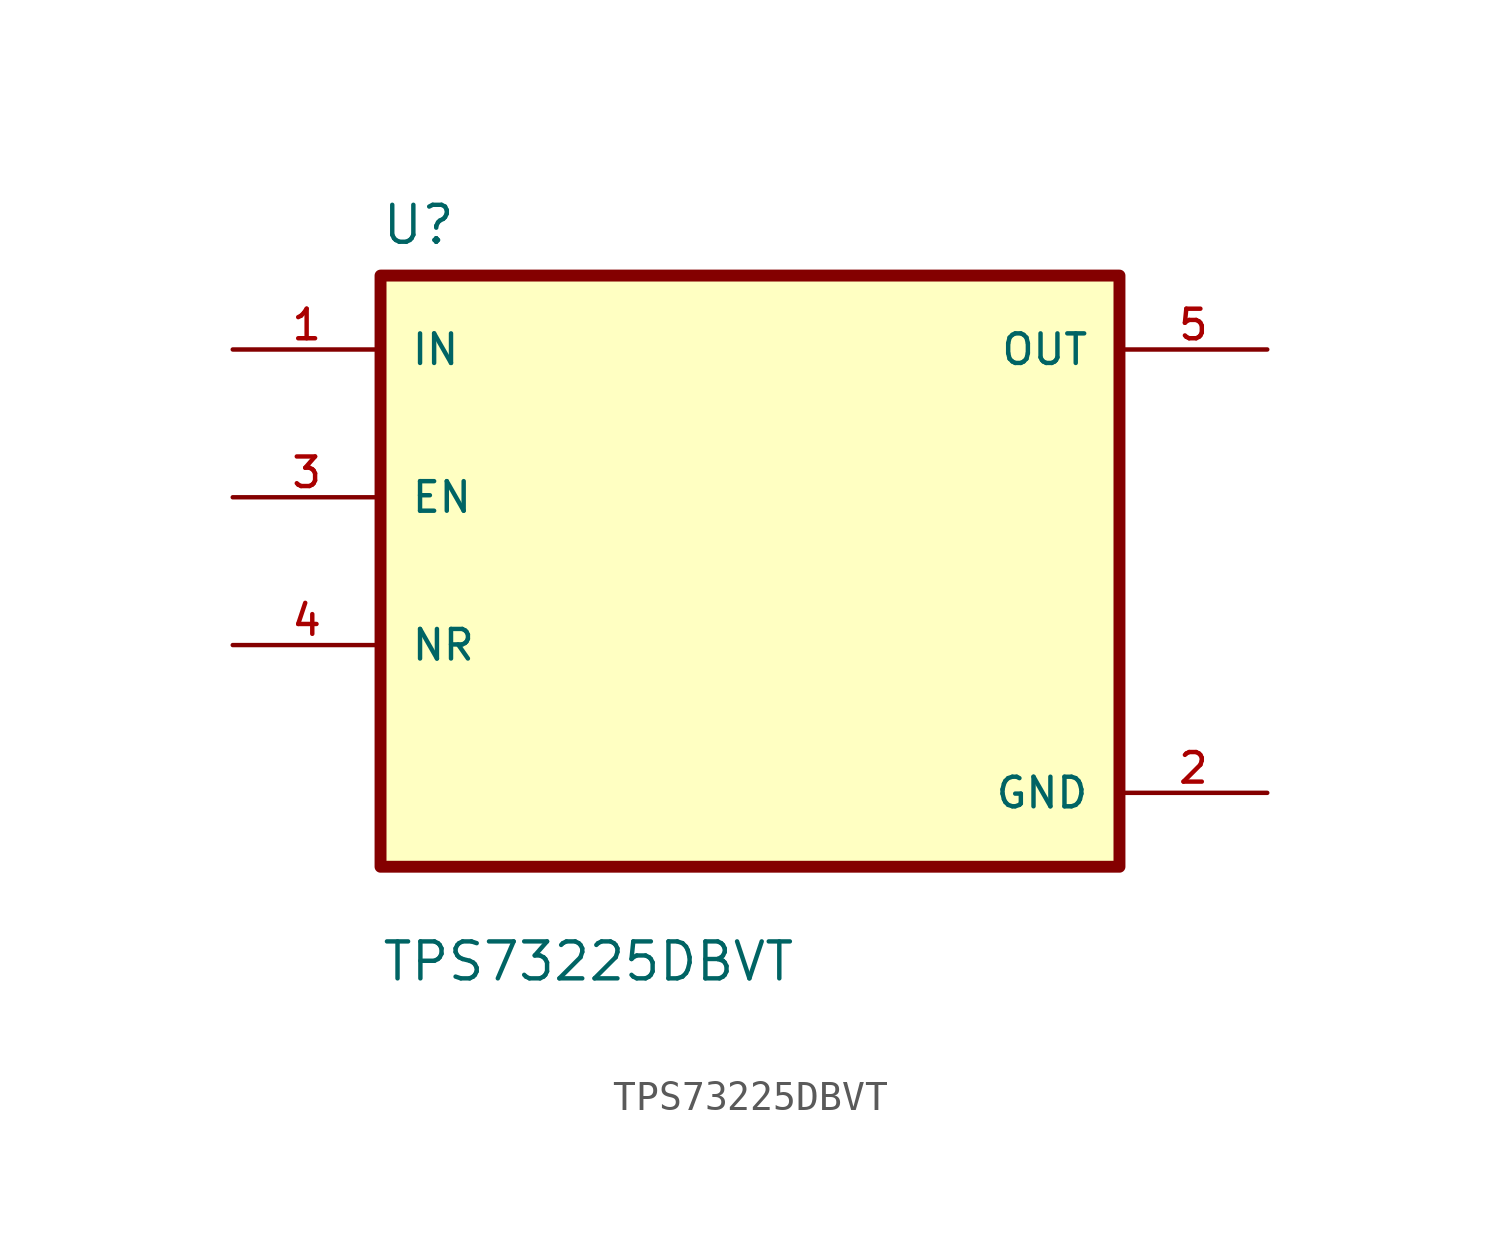
<source format=kicad_sym>
(kicad_symbol_lib
  (version 20211014)
  (generator kicad_symbol_editor)
  (symbol "TPS73225DBVT"
    (pin_names
      (offset 1.016))
    (property "Reference" "U"
      (at -12.7 11.16 0.0)
      (effects (font (size 1.27 1.27)) (justify bottom left)))
    (property "Value" "TPS73225DBVT"
      (at -12.7 -14.16 0.0)
      (effects (font (size 1.27 1.27)) (justify bottom left)))
    (symbol "TPS73225DBVT_0_0"
      (rectangle (start -12.7 -10.16) (end 12.7 10.16) (stroke (width 0.41)) (fill (type background)))
      (pin input line (at -17.78 7.62 0) (length 5.08) (name "IN" (effects (font (size 1.016 1.016)))) (number "1" (effects (font (size 1.016 1.016)))))
      (pin bidirectional line (at -17.78 2.54 0) (length 5.08) (name "EN" (effects (font (size 1.016 1.016)))) (number "3" (effects (font (size 1.016 1.016)))))
      (pin bidirectional line (at -17.78 -2.54 0) (length 5.08) (name "NR" (effects (font (size 1.016 1.016)))) (number "4" (effects (font (size 1.016 1.016)))))
      (pin output line (at 17.78 7.62 180.0) (length 5.08) (name "OUT" (effects (font (size 1.016 1.016)))) (number "5" (effects (font (size 1.016 1.016)))))
      (pin power_in line (at 17.78 -7.62 180.0) (length 5.08) (name "GND" (effects (font (size 1.016 1.016)))) (number "2" (effects (font (size 1.016 1.016))))))))
</source>
